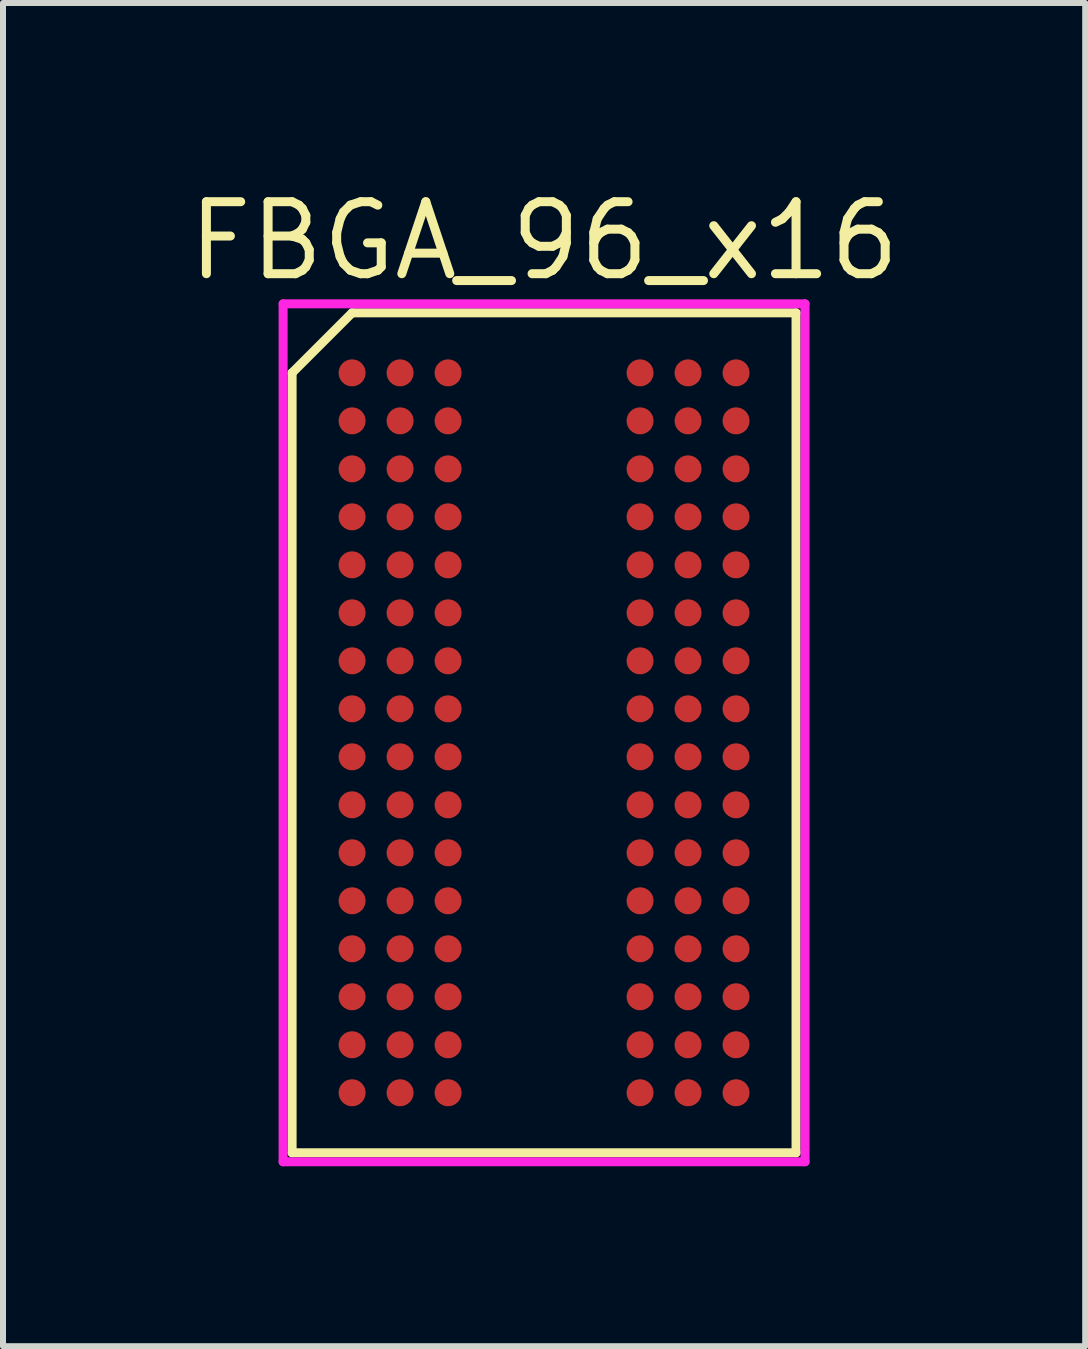
<source format=kicad_pcb>
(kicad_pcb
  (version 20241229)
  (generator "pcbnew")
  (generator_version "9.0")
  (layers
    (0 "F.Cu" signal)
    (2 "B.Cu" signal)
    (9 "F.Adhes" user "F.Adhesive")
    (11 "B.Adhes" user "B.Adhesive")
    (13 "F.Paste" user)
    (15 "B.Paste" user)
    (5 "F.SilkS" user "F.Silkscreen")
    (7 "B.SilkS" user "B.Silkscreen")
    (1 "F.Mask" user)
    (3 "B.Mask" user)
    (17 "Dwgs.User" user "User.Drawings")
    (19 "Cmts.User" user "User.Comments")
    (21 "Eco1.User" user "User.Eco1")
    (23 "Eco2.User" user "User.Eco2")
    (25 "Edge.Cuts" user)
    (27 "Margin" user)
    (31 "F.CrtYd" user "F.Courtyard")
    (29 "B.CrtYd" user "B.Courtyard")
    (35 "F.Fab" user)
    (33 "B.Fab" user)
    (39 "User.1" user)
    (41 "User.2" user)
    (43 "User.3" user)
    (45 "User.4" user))
  (footprint "FBGA_96_x16"
    (layer "F.Cu")
    (at 6.019 9.165)
    (property "Reference" "FBGA_96_x16" (at 0 -8.2 0) (layer "F.SilkS") (effects (font (size 1.2 1.2) (thickness 0.15))))
    (attr through_hole)
    (fp_line (start -4.2 -6) (end -4.2 7) (stroke (width 0.15) (type solid)) (layer "F.SilkS"))
    (fp_line (start -4.2 7) (end 4.2 7) (stroke (width 0.15) (type solid)) (layer "F.SilkS"))
    (fp_line (start -3.2 -7) (end -4.2 -6) (stroke (width 0.15) (type solid)) (layer "F.SilkS"))
    (fp_line (start 4.2 -7) (end -3.2 -7) (stroke (width 0.15) (type solid)) (layer "F.SilkS"))
    (fp_line (start 4.2 7) (end 4.2 -7) (stroke (width 0.15) (type solid)) (layer "F.SilkS"))
    (fp_line (start -4.35 -7.15) (end 4.35 -7.15) (stroke (width 0.15) (type solid)) (layer "F.CrtYd"))
    (fp_line (start -4.35 7.15) (end -4.35 -7.15) (stroke (width 0.15) (type solid)) (layer "F.CrtYd"))
    (fp_line (start 4.35 -7.15) (end 4.35 7.15) (stroke (width 0.15) (type solid)) (layer "F.CrtYd"))
    (fp_line (start 4.35 7.15) (end -4.35 7.15) (stroke (width 0.15) (type solid)) (layer "F.CrtYd"))
    (pad "A1" smd circle (at -3.2 -6) (size 0.45 0.45) (layers "F.Cu" "F.Mask" "F.Paste"))
    (pad "A2" smd circle (at -2.4 -6) (size 0.45 0.45) (layers "F.Cu" "F.Mask" "F.Paste"))
    (pad "A3" smd circle (at -1.6 -6) (size 0.45 0.45) (layers "F.Cu" "F.Mask" "F.Paste"))
    (pad "A7" smd circle (at 1.6 -6) (size 0.45 0.45) (layers "F.Cu" "F.Mask" "F.Paste"))
    (pad "A8" smd circle (at 2.4 -6) (size 0.45 0.45) (layers "F.Cu" "F.Mask" "F.Paste"))
    (pad "A9" smd circle (at 3.2 -6) (size 0.45 0.45) (layers "F.Cu" "F.Mask" "F.Paste"))
    (pad "B1" smd circle (at -3.2 -5.2) (size 0.45 0.45) (layers "F.Cu" "F.Mask" "F.Paste"))
    (pad "B2" smd circle (at -2.4 -5.2) (size 0.45 0.45) (layers "F.Cu" "F.Mask" "F.Paste"))
    (pad "B3" smd circle (at -1.6 -5.2) (size 0.45 0.45) (layers "F.Cu" "F.Mask" "F.Paste"))
    (pad "B7" smd circle (at 1.6 -5.2) (size 0.45 0.45) (layers "F.Cu" "F.Mask" "F.Paste"))
    (pad "B8" smd circle (at 2.4 -5.2) (size 0.45 0.45) (layers "F.Cu" "F.Mask" "F.Paste"))
    (pad "B9" smd circle (at 3.2 -5.2) (size 0.45 0.45) (layers "F.Cu" "F.Mask" "F.Paste"))
    (pad "C1" smd circle (at -3.2 -4.4) (size 0.45 0.45) (layers "F.Cu" "F.Mask" "F.Paste"))
    (pad "C2" smd circle (at -2.4 -4.4) (size 0.45 0.45) (layers "F.Cu" "F.Mask" "F.Paste"))
    (pad "C3" smd circle (at -1.6 -4.4) (size 0.45 0.45) (layers "F.Cu" "F.Mask" "F.Paste"))
    (pad "C7" smd circle (at 1.6 -4.4) (size 0.45 0.45) (layers "F.Cu" "F.Mask" "F.Paste"))
    (pad "C8" smd circle (at 2.4 -4.4) (size 0.45 0.45) (layers "F.Cu" "F.Mask" "F.Paste"))
    (pad "C9" smd circle (at 3.2 -4.4) (size 0.45 0.45) (layers "F.Cu" "F.Mask" "F.Paste"))
    (pad "D1" smd circle (at -3.2 -3.6) (size 0.45 0.45) (layers "F.Cu" "F.Mask" "F.Paste"))
    (pad "D2" smd circle (at -2.4 -3.6) (size 0.45 0.45) (layers "F.Cu" "F.Mask" "F.Paste"))
    (pad "D3" smd circle (at -1.6 -3.6) (size 0.45 0.45) (layers "F.Cu" "F.Mask" "F.Paste"))
    (pad "D7" smd circle (at 1.6 -3.6) (size 0.45 0.45) (layers "F.Cu" "F.Mask" "F.Paste"))
    (pad "D8" smd circle (at 2.4 -3.6) (size 0.45 0.45) (layers "F.Cu" "F.Mask" "F.Paste"))
    (pad "D9" smd circle (at 3.2 -3.6) (size 0.45 0.45) (layers "F.Cu" "F.Mask" "F.Paste"))
    (pad "E1" smd circle (at -3.2 -2.8) (size 0.45 0.45) (layers "F.Cu" "F.Mask" "F.Paste"))
    (pad "E2" smd circle (at -2.4 -2.8) (size 0.45 0.45) (layers "F.Cu" "F.Mask" "F.Paste"))
    (pad "E3" smd circle (at -1.6 -2.8) (size 0.45 0.45) (layers "F.Cu" "F.Mask" "F.Paste"))
    (pad "E7" smd circle (at 1.6 -2.8) (size 0.45 0.45) (layers "F.Cu" "F.Mask" "F.Paste"))
    (pad "E8" smd circle (at 2.4 -2.8) (size 0.45 0.45) (layers "F.Cu" "F.Mask" "F.Paste"))
    (pad "E9" smd circle (at 3.2 -2.8) (size 0.45 0.45) (layers "F.Cu" "F.Mask" "F.Paste"))
    (pad "F1" smd circle (at -3.2 -2) (size 0.45 0.45) (layers "F.Cu" "F.Mask" "F.Paste"))
    (pad "F2" smd circle (at -2.4 -2) (size 0.45 0.45) (layers "F.Cu" "F.Mask" "F.Paste"))
    (pad "F3" smd circle (at -1.6 -2) (size 0.45 0.45) (layers "F.Cu" "F.Mask" "F.Paste"))
    (pad "F7" smd circle (at 1.6 -2) (size 0.45 0.45) (layers "F.Cu" "F.Mask" "F.Paste"))
    (pad "F8" smd circle (at 2.4 -2) (size 0.45 0.45) (layers "F.Cu" "F.Mask" "F.Paste"))
    (pad "F9" smd circle (at 3.2 -2) (size 0.45 0.45) (layers "F.Cu" "F.Mask" "F.Paste"))
    (pad "G1" smd circle (at -3.2 -1.2) (size 0.45 0.45) (layers "F.Cu" "F.Mask" "F.Paste"))
    (pad "G2" smd circle (at -2.4 -1.2) (size 0.45 0.45) (layers "F.Cu" "F.Mask" "F.Paste"))
    (pad "G3" smd circle (at -1.6 -1.2) (size 0.45 0.45) (layers "F.Cu" "F.Mask" "F.Paste"))
    (pad "G7" smd circle (at 1.6 -1.2) (size 0.45 0.45) (layers "F.Cu" "F.Mask" "F.Paste"))
    (pad "G8" smd circle (at 2.4 -1.2) (size 0.45 0.45) (layers "F.Cu" "F.Mask" "F.Paste"))
    (pad "G9" smd circle (at 3.2 -1.2) (size 0.45 0.45) (layers "F.Cu" "F.Mask" "F.Paste"))
    (pad "H1" smd circle (at -3.2 -0.4) (size 0.45 0.45) (layers "F.Cu" "F.Mask" "F.Paste"))
    (pad "H2" smd circle (at -2.4 -0.4) (size 0.45 0.45) (layers "F.Cu" "F.Mask" "F.Paste"))
    (pad "H3" smd circle (at -1.6 -0.4) (size 0.45 0.45) (layers "F.Cu" "F.Mask" "F.Paste"))
    (pad "H7" smd circle (at 1.6 -0.4) (size 0.45 0.45) (layers "F.Cu" "F.Mask" "F.Paste"))
    (pad "H8" smd circle (at 2.4 -0.4) (size 0.45 0.45) (layers "F.Cu" "F.Mask" "F.Paste"))
    (pad "H9" smd circle (at 3.2 -0.4) (size 0.45 0.45) (layers "F.Cu" "F.Mask" "F.Paste"))
    (pad "J1" smd circle (at -3.2 0.4) (size 0.45 0.45) (layers "F.Cu" "F.Mask" "F.Paste"))
    (pad "J2" smd circle (at -2.4 0.4) (size 0.45 0.45) (layers "F.Cu" "F.Mask" "F.Paste"))
    (pad "J3" smd circle (at -1.6 0.4) (size 0.45 0.45) (layers "F.Cu" "F.Mask" "F.Paste"))
    (pad "J7" smd circle (at 1.6 0.4) (size 0.45 0.45) (layers "F.Cu" "F.Mask" "F.Paste"))
    (pad "J8" smd circle (at 2.4 0.4) (size 0.45 0.45) (layers "F.Cu" "F.Mask" "F.Paste"))
    (pad "J9" smd circle (at 3.2 0.4) (size 0.45 0.45) (layers "F.Cu" "F.Mask" "F.Paste"))
    (pad "K1" smd circle (at -3.2 1.2) (size 0.45 0.45) (layers "F.Cu" "F.Mask" "F.Paste"))
    (pad "K2" smd circle (at -2.4 1.2) (size 0.45 0.45) (layers "F.Cu" "F.Mask" "F.Paste"))
    (pad "K3" smd circle (at -1.6 1.2) (size 0.45 0.45) (layers "F.Cu" "F.Mask" "F.Paste"))
    (pad "K7" smd circle (at 1.6 1.2) (size 0.45 0.45) (layers "F.Cu" "F.Mask" "F.Paste"))
    (pad "K8" smd circle (at 2.4 1.2) (size 0.45 0.45) (layers "F.Cu" "F.Mask" "F.Paste"))
    (pad "K9" smd circle (at 3.2 1.2) (size 0.45 0.45) (layers "F.Cu" "F.Mask" "F.Paste"))
    (pad "L1" smd circle (at -3.2 2) (size 0.45 0.45) (layers "F.Cu" "F.Mask" "F.Paste"))
    (pad "L2" smd circle (at -2.4 2) (size 0.45 0.45) (layers "F.Cu" "F.Mask" "F.Paste"))
    (pad "L3" smd circle (at -1.6 2) (size 0.45 0.45) (layers "F.Cu" "F.Mask" "F.Paste"))
    (pad "L7" smd circle (at 1.6 2) (size 0.45 0.45) (layers "F.Cu" "F.Mask" "F.Paste"))
    (pad "L8" smd circle (at 2.4 2) (size 0.45 0.45) (layers "F.Cu" "F.Mask" "F.Paste"))
    (pad "L9" smd circle (at 3.2 2) (size 0.45 0.45) (layers "F.Cu" "F.Mask" "F.Paste"))
    (pad "M1" smd circle (at -3.2 2.8) (size 0.45 0.45) (layers "F.Cu" "F.Mask" "F.Paste"))
    (pad "M2" smd circle (at -2.4 2.8) (size 0.45 0.45) (layers "F.Cu" "F.Mask" "F.Paste"))
    (pad "M3" smd circle (at -1.6 2.8) (size 0.45 0.45) (layers "F.Cu" "F.Mask" "F.Paste"))
    (pad "M7" smd circle (at 1.6 2.8) (size 0.45 0.45) (layers "F.Cu" "F.Mask" "F.Paste"))
    (pad "M8" smd circle (at 2.4 2.8) (size 0.45 0.45) (layers "F.Cu" "F.Mask" "F.Paste"))
    (pad "M9" smd circle (at 3.2 2.8) (size 0.45 0.45) (layers "F.Cu" "F.Mask" "F.Paste"))
    (pad "N1" smd circle (at -3.2 3.6) (size 0.45 0.45) (layers "F.Cu" "F.Mask" "F.Paste"))
    (pad "N2" smd circle (at -2.4 3.6) (size 0.45 0.45) (layers "F.Cu" "F.Mask" "F.Paste"))
    (pad "N3" smd circle (at -1.6 3.6) (size 0.45 0.45) (layers "F.Cu" "F.Mask" "F.Paste"))
    (pad "N7" smd circle (at 1.6 3.6) (size 0.45 0.45) (layers "F.Cu" "F.Mask" "F.Paste"))
    (pad "N8" smd circle (at 2.4 3.6) (size 0.45 0.45) (layers "F.Cu" "F.Mask" "F.Paste"))
    (pad "N9" smd circle (at 3.2 3.6) (size 0.45 0.45) (layers "F.Cu" "F.Mask" "F.Paste"))
    (pad "P1" smd circle (at -3.2 4.4) (size 0.45 0.45) (layers "F.Cu" "F.Mask" "F.Paste"))
    (pad "P2" smd circle (at -2.4 4.4) (size 0.45 0.45) (layers "F.Cu" "F.Mask" "F.Paste"))
    (pad "P3" smd circle (at -1.6 4.4) (size 0.45 0.45) (layers "F.Cu" "F.Mask" "F.Paste"))
    (pad "P7" smd circle (at 1.6 4.4) (size 0.45 0.45) (layers "F.Cu" "F.Mask" "F.Paste"))
    (pad "P8" smd circle (at 2.4 4.4) (size 0.45 0.45) (layers "F.Cu" "F.Mask" "F.Paste"))
    (pad "P9" smd circle (at 3.2 4.4) (size 0.45 0.45) (layers "F.Cu" "F.Mask" "F.Paste"))
    (pad "R1" smd circle (at -3.2 5.2) (size 0.45 0.45) (layers "F.Cu" "F.Mask" "F.Paste"))
    (pad "R2" smd circle (at -2.4 5.2) (size 0.45 0.45) (layers "F.Cu" "F.Mask" "F.Paste"))
    (pad "R3" smd circle (at -1.6 5.2) (size 0.45 0.45) (layers "F.Cu" "F.Mask" "F.Paste"))
    (pad "R7" smd circle (at 1.6 5.2) (size 0.45 0.45) (layers "F.Cu" "F.Mask" "F.Paste"))
    (pad "R8" smd circle (at 2.4 5.2) (size 0.45 0.45) (layers "F.Cu" "F.Mask" "F.Paste"))
    (pad "R9" smd circle (at 3.2 5.2) (size 0.45 0.45) (layers "F.Cu" "F.Mask" "F.Paste"))
    (pad "T1" smd circle (at -3.2 6) (size 0.45 0.45) (layers "F.Cu" "F.Mask" "F.Paste"))
    (pad "T2" smd circle (at -2.4 6) (size 0.45 0.45) (layers "F.Cu" "F.Mask" "F.Paste"))
    (pad "T3" smd circle (at -1.6 6) (size 0.45 0.45) (layers "F.Cu" "F.Mask" "F.Paste"))
    (pad "T7" smd circle (at 1.6 6) (size 0.45 0.45) (layers "F.Cu" "F.Mask" "F.Paste"))
    (pad "T8" smd circle (at 2.4 6) (size 0.45 0.45) (layers "F.Cu" "F.Mask" "F.Paste"))
    (pad "T9" smd circle (at 3.2 6) (size 0.45 0.45) (layers "F.Cu" "F.Mask" "F.Paste")))
  (gr_rect
    (start -3 -3)
    (end 15.039 19.39)
    (stroke (width 0.1) (type default))
    (fill no)
    (layer "Edge.Cuts")))
</source>
